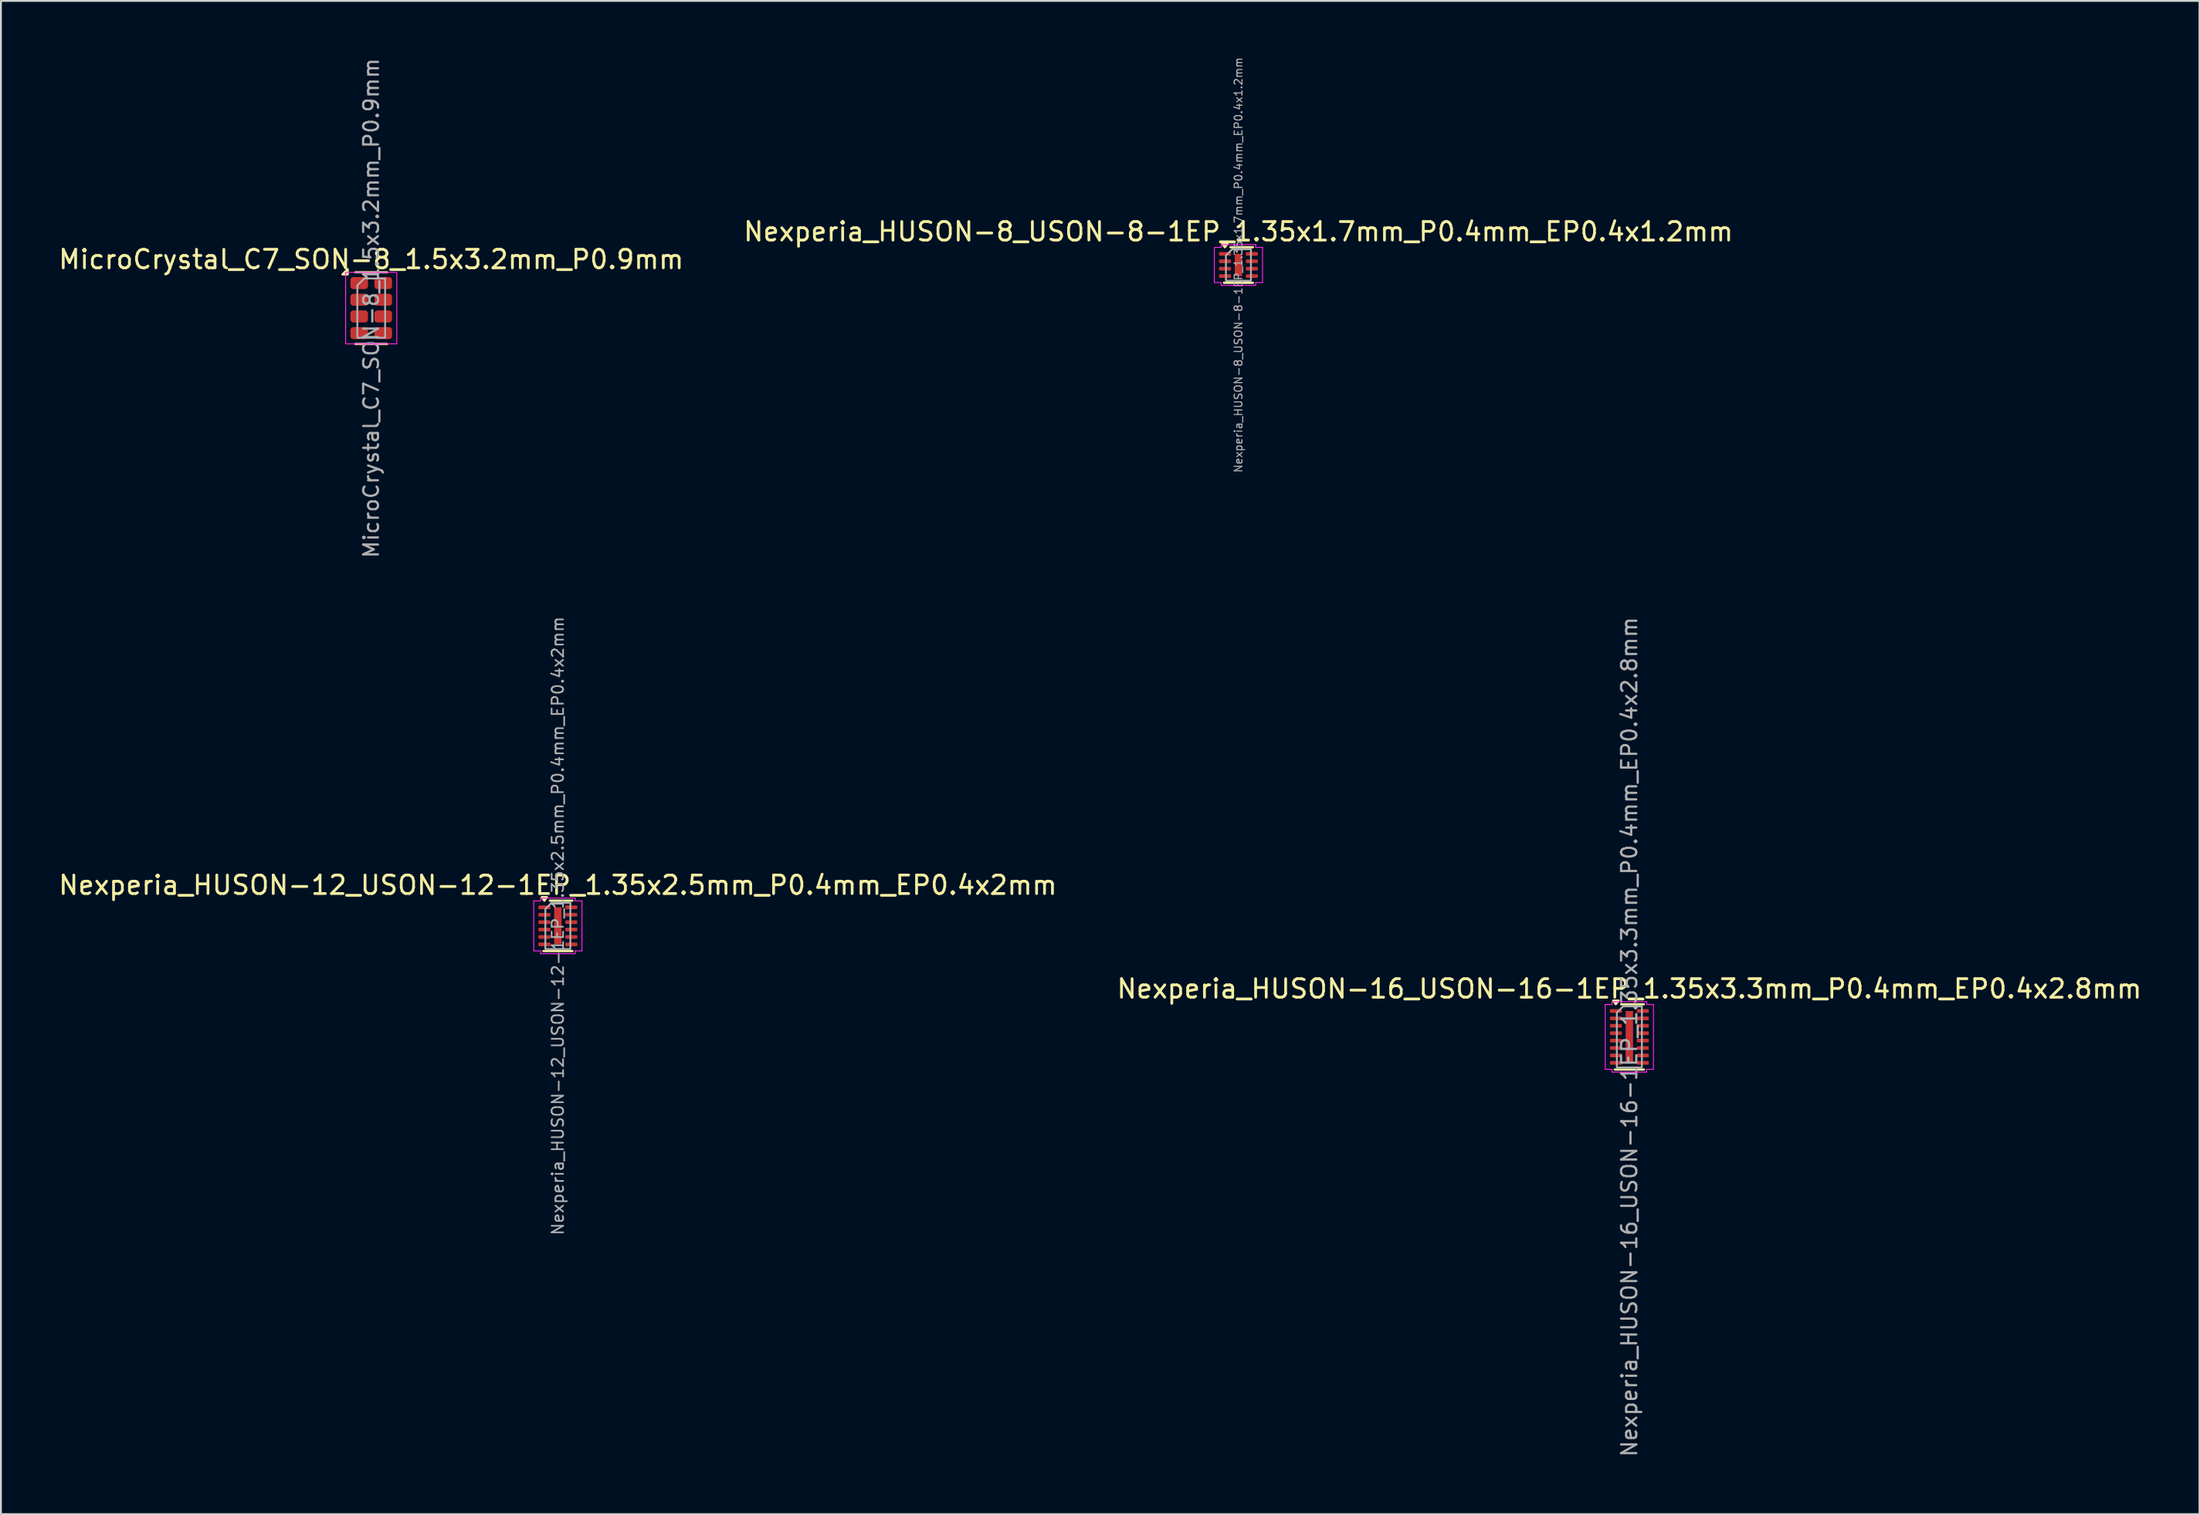
<source format=kicad_pcb>
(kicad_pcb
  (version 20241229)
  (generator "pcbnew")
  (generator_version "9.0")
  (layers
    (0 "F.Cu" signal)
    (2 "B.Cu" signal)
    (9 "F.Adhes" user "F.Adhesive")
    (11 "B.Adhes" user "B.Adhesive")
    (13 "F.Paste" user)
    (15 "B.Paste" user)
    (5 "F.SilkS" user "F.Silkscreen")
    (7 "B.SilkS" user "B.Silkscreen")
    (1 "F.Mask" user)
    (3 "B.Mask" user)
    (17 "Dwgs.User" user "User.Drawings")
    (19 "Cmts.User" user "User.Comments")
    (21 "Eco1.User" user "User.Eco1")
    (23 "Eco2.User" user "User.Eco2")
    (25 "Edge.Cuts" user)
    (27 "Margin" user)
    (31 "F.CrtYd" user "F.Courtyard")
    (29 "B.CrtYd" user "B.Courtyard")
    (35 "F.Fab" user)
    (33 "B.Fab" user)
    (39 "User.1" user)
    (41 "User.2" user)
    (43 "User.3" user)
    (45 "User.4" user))
  (footprint "Nexperia_HUSON-16_USON-16-1EP_1.35x3.3mm_P0.4mm_EP0.4x2.8mm"
    (layer "F.Cu")
    (at 84.875 52.937)
    (property "Reference" "Nexperia_HUSON-16_USON-16-1EP_1.35x3.3mm_P0.4mm_EP0.4x2.8mm" (at 0 -2.6 0) (layer "F.SilkS") (effects (font (size 1 1) (thickness 0.15))))
    (attr smd)
    (fp_line (start -0.439 -1.76) (end 0.785 -1.76) (stroke (width 0.12) (type solid)) (layer "F.SilkS"))
    (fp_line (start 0.785 1.76) (end -0.785 1.76) (stroke (width 0.12) (type solid)) (layer "F.SilkS"))
    (fp_poly (pts (xy -0.73 -1.77) (xy -0.87 -1.96) (xy -0.59 -1.96)) (stroke (width 0.12) (type solid)) (fill yes) (layer "F.SilkS"))
    (fp_line (start -1.3 -1.75) (end -0.93 -1.75) (stroke (width 0.05) (type solid)) (layer "F.CrtYd"))
    (fp_line (start -1.3 1.75) (end -1.3 -1.75) (stroke (width 0.05) (type solid)) (layer "F.CrtYd"))
    (fp_line (start -0.93 -1.9) (end 0.93 -1.9) (stroke (width 0.05) (type solid)) (layer "F.CrtYd"))
    (fp_line (start -0.93 -1.75) (end -0.93 -1.9) (stroke (width 0.05) (type solid)) (layer "F.CrtYd"))
    (fp_line (start -0.93 1.75) (end -1.3 1.75) (stroke (width 0.05) (type solid)) (layer "F.CrtYd"))
    (fp_line (start -0.93 1.9) (end -0.93 1.75) (stroke (width 0.05) (type solid)) (layer "F.CrtYd"))
    (fp_line (start 0.93 -1.9) (end 0.93 -1.75) (stroke (width 0.05) (type solid)) (layer "F.CrtYd"))
    (fp_line (start 0.93 -1.75) (end 1.3 -1.75) (stroke (width 0.05) (type solid)) (layer "F.CrtYd"))
    (fp_line (start 0.93 1.75) (end 0.93 1.9) (stroke (width 0.05) (type solid)) (layer "F.CrtYd"))
    (fp_line (start 0.93 1.9) (end -0.93 1.9) (stroke (width 0.05) (type solid)) (layer "F.CrtYd"))
    (fp_line (start 1.3 -1.75) (end 1.3 1.75) (stroke (width 0.05) (type solid)) (layer "F.CrtYd"))
    (fp_line (start 1.3 1.75) (end 0.93 1.75) (stroke (width 0.05) (type solid)) (layer "F.CrtYd"))
    (fp_poly (pts (xy -0.675 -1.312) (xy -0.675 1.65) (xy 0.675 1.65) (xy 0.675 -1.65) (xy -0.338 -1.65)) (stroke (width 0.1) (type solid)) (fill no) (layer "F.Fab"))
    (fp_text user "${REFERENCE}" (at 0 0 90) (layer "F.Fab") (effects (font (size 0.82 0.82) (thickness 0.12))))
    (pad "" smd roundrect (at 0 0) (size 0.32 2.26) (layers "F.Paste") (roundrect_rratio 0.25))
    (pad "1" smd roundrect (at -0.725 -1.4) (size 0.65 0.2) (layers "F.Cu" "F.Mask" "F.Paste") (roundrect_rratio 0.25))
    (pad "2" smd roundrect (at -0.725 -1) (size 0.65 0.2) (layers "F.Cu" "F.Mask" "F.Paste") (roundrect_rratio 0.25))
    (pad "3" smd roundrect (at -0.725 -0.6) (size 0.65 0.2) (layers "F.Cu" "F.Mask" "F.Paste") (roundrect_rratio 0.25))
    (pad "4" smd roundrect (at -0.725 -0.2) (size 0.65 0.2) (layers "F.Cu" "F.Mask" "F.Paste") (roundrect_rratio 0.25))
    (pad "5" smd roundrect (at -0.725 0.2) (size 0.65 0.2) (layers "F.Cu" "F.Mask" "F.Paste") (roundrect_rratio 0.25))
    (pad "6" smd roundrect (at -0.725 0.6) (size 0.65 0.2) (layers "F.Cu" "F.Mask" "F.Paste") (roundrect_rratio 0.25))
    (pad "7" smd roundrect (at -0.725 1) (size 0.65 0.2) (layers "F.Cu" "F.Mask" "F.Paste") (roundrect_rratio 0.25))
    (pad "8" smd roundrect (at -0.725 1.4) (size 0.65 0.2) (layers "F.Cu" "F.Mask" "F.Paste") (roundrect_rratio 0.25))
    (pad "9" smd roundrect (at 0.725 1.4) (size 0.65 0.2) (layers "F.Cu" "F.Mask" "F.Paste") (roundrect_rratio 0.25))
    (pad "10" smd roundrect (at 0.725 1) (size 0.65 0.2) (layers "F.Cu" "F.Mask" "F.Paste") (roundrect_rratio 0.25))
    (pad "11" smd roundrect (at 0.725 0.6) (size 0.65 0.2) (layers "F.Cu" "F.Mask" "F.Paste") (roundrect_rratio 0.25))
    (pad "12" smd roundrect (at 0.725 0.2) (size 0.65 0.2) (layers "F.Cu" "F.Mask" "F.Paste") (roundrect_rratio 0.25))
    (pad "13" smd roundrect (at 0.725 -0.2) (size 0.65 0.2) (layers "F.Cu" "F.Mask" "F.Paste") (roundrect_rratio 0.25))
    (pad "14" smd roundrect (at 0.725 -0.6) (size 0.65 0.2) (layers "F.Cu" "F.Mask" "F.Paste") (roundrect_rratio 0.25))
    (pad "15" smd roundrect (at 0.725 -1) (size 0.65 0.2) (layers "F.Cu" "F.Mask" "F.Paste") (roundrect_rratio 0.25))
    (pad "16" smd roundrect (at 0.725 -1.4) (size 0.65 0.2) (layers "F.Cu" "F.Mask" "F.Paste") (roundrect_rratio 0.25))
    (pad "17" smd rect (at 0 0) (size 0.4 2.8) (property pad_prop_heatsink) (layers "F.Cu" "F.Mask")))
  (footprint "Nexperia_HUSON-12_USON-12-1EP_1.35x2.5mm_P0.4mm_EP0.4x2mm"
    (layer "F.Cu")
    (at 27.054 46.94)
    (property "Reference" "Nexperia_HUSON-12_USON-12-1EP_1.35x2.5mm_P0.4mm_EP0.4x2mm" (at 0 -2.2 0) (layer "F.SilkS") (effects (font (size 1 1) (thickness 0.15))))
    (attr smd)
    (fp_line (start -0.432 -1.36) (end 0.785 -1.36) (stroke (width 0.12) (type solid)) (layer "F.SilkS"))
    (fp_line (start 0.785 1.36) (end -0.785 1.36) (stroke (width 0.12) (type solid)) (layer "F.SilkS"))
    (fp_poly (pts (xy -0.73 -1.36) (xy -0.87 -1.55) (xy -0.59 -1.55)) (stroke (width 0.12) (type solid)) (fill yes) (layer "F.SilkS"))
    (fp_line (start -1.3 -1.35) (end -0.93 -1.35) (stroke (width 0.05) (type solid)) (layer "F.CrtYd"))
    (fp_line (start -1.3 1.35) (end -1.3 -1.35) (stroke (width 0.05) (type solid)) (layer "F.CrtYd"))
    (fp_line (start -0.93 -1.5) (end 0.93 -1.5) (stroke (width 0.05) (type solid)) (layer "F.CrtYd"))
    (fp_line (start -0.93 -1.35) (end -0.93 -1.5) (stroke (width 0.05) (type solid)) (layer "F.CrtYd"))
    (fp_line (start -0.93 1.35) (end -1.3 1.35) (stroke (width 0.05) (type solid)) (layer "F.CrtYd"))
    (fp_line (start -0.93 1.5) (end -0.93 1.35) (stroke (width 0.05) (type solid)) (layer "F.CrtYd"))
    (fp_line (start 0.93 -1.5) (end 0.93 -1.35) (stroke (width 0.05) (type solid)) (layer "F.CrtYd"))
    (fp_line (start 0.93 -1.35) (end 1.3 -1.35) (stroke (width 0.05) (type solid)) (layer "F.CrtYd"))
    (fp_line (start 0.93 1.35) (end 0.93 1.5) (stroke (width 0.05) (type solid)) (layer "F.CrtYd"))
    (fp_line (start 0.93 1.5) (end -0.93 1.5) (stroke (width 0.05) (type solid)) (layer "F.CrtYd"))
    (fp_line (start 1.3 -1.35) (end 1.3 1.35) (stroke (width 0.05) (type solid)) (layer "F.CrtYd"))
    (fp_line (start 1.3 1.35) (end 0.93 1.35) (stroke (width 0.05) (type solid)) (layer "F.CrtYd"))
    (fp_poly (pts (xy -0.675 -0.912) (xy -0.675 1.25) (xy 0.675 1.25) (xy 0.675 -1.25) (xy -0.338 -1.25)) (stroke (width 0.1) (type solid)) (fill no) (layer "F.Fab"))
    (fp_text user "${REFERENCE}" (at 0 0 90) (layer "F.Fab") (effects (font (size 0.62 0.62) (thickness 0.09))))
    (pad "" smd roundrect (at 0 0) (size 0.32 1.61) (layers "F.Paste") (roundrect_rratio 0.25))
    (pad "1" smd roundrect (at -0.725 -1) (size 0.65 0.2) (layers "F.Cu" "F.Mask" "F.Paste") (roundrect_rratio 0.25))
    (pad "2" smd roundrect (at -0.725 -0.6) (size 0.65 0.2) (layers "F.Cu" "F.Mask" "F.Paste") (roundrect_rratio 0.25))
    (pad "3" smd roundrect (at -0.725 -0.2) (size 0.65 0.2) (layers "F.Cu" "F.Mask" "F.Paste") (roundrect_rratio 0.25))
    (pad "4" smd roundrect (at -0.725 0.2) (size 0.65 0.2) (layers "F.Cu" "F.Mask" "F.Paste") (roundrect_rratio 0.25))
    (pad "5" smd roundrect (at -0.725 0.6) (size 0.65 0.2) (layers "F.Cu" "F.Mask" "F.Paste") (roundrect_rratio 0.25))
    (pad "6" smd roundrect (at -0.725 1) (size 0.65 0.2) (layers "F.Cu" "F.Mask" "F.Paste") (roundrect_rratio 0.25))
    (pad "7" smd roundrect (at 0.725 1) (size 0.65 0.2) (layers "F.Cu" "F.Mask" "F.Paste") (roundrect_rratio 0.25))
    (pad "8" smd roundrect (at 0.725 0.6) (size 0.65 0.2) (layers "F.Cu" "F.Mask" "F.Paste") (roundrect_rratio 0.25))
    (pad "9" smd roundrect (at 0.725 0.2) (size 0.65 0.2) (layers "F.Cu" "F.Mask" "F.Paste") (roundrect_rratio 0.25))
    (pad "10" smd roundrect (at 0.725 -0.2) (size 0.65 0.2) (layers "F.Cu" "F.Mask" "F.Paste") (roundrect_rratio 0.25))
    (pad "11" smd roundrect (at 0.725 -0.6) (size 0.65 0.2) (layers "F.Cu" "F.Mask" "F.Paste") (roundrect_rratio 0.25))
    (pad "12" smd roundrect (at 0.725 -1) (size 0.65 0.2) (layers "F.Cu" "F.Mask" "F.Paste") (roundrect_rratio 0.25))
    (pad "13" smd rect (at 0 0) (size 0.4 2) (property pad_prop_heatsink) (layers "F.Cu" "F.Mask")))
  (footprint "MicroCrystal_C7_SON-8_1.5x3.2mm_P0.9mm"
    (layer "F.Cu")
    (at 16.982 13.586)
    (property "Reference" "MicroCrystal_C7_SON-8_1.5x3.2mm_P0.9mm" (at 0 -2.63 0) (layer "F.SilkS") (effects (font (size 1 1) (thickness 0.15))))
    (attr smd)
    (fp_line (start -0.86 -1.935) (end 0.86 -1.935) (stroke (width 0.12) (type solid)) (layer "F.SilkS"))
    (fp_line (start 0.86 1.935) (end -0.86 1.935) (stroke (width 0.12) (type solid)) (layer "F.SilkS"))
    (fp_poly (pts (xy -1.27 -1.82) (xy -1.55 -1.82) (xy -1.27 -2.1)) (stroke (width 0.12) (type solid)) (fill yes) (layer "F.SilkS"))
    (fp_rect (start -1.38 -1.93) (end 1.38 1.93) (stroke (width 0.05) (type solid)) (fill no) (layer "F.CrtYd"))
    (fp_poly (pts (xy -0.75 -1.225) (xy -0.75 1.6) (xy 0.75 1.6) (xy 0.75 -1.6) (xy -0.375 -1.6)) (stroke (width 0.1) (type solid)) (fill no) (layer "F.Fab"))
    (fp_text user "${REFERENCE}" (at 0 0 90) (layer "F.Fab") (effects (font (size 0.8 0.8) (thickness 0.12))))
    (pad "1" smd roundrect (at -0.65 -1.35) (size 0.95 0.65) (layers "F.Cu" "F.Mask" "F.Paste") (roundrect_rratio 0.25))
    (pad "2" smd roundrect (at -0.65 -0.45) (size 0.95 0.65) (layers "F.Cu" "F.Mask" "F.Paste") (roundrect_rratio 0.25))
    (pad "3" smd roundrect (at -0.65 0.45) (size 0.95 0.65) (layers "F.Cu" "F.Mask" "F.Paste") (roundrect_rratio 0.25))
    (pad "4" smd roundrect (at -0.65 1.35) (size 0.95 0.65) (layers "F.Cu" "F.Mask" "F.Paste") (roundrect_rratio 0.25))
    (pad "5" smd roundrect (at 0.65 1.35) (size 0.95 0.65) (layers "F.Cu" "F.Mask" "F.Paste") (roundrect_rratio 0.25))
    (pad "6" smd roundrect (at 0.65 0.45) (size 0.95 0.65) (layers "F.Cu" "F.Mask" "F.Paste") (roundrect_rratio 0.25))
    (pad "7" smd roundrect (at 0.65 -0.45) (size 0.95 0.65) (layers "F.Cu" "F.Mask" "F.Paste") (roundrect_rratio 0.25))
    (pad "8" smd roundrect (at 0.65 -1.35) (size 0.95 0.65) (layers "F.Cu" "F.Mask" "F.Paste") (roundrect_rratio 0.25)))
  (footprint "Nexperia_HUSON-8_USON-8-1EP_1.35x1.7mm_P0.4mm_EP0.4x1.2mm"
    (layer "F.Cu")
    (at 63.78 11.258)
    (property "Reference" "Nexperia_HUSON-8_USON-8-1EP_1.35x1.7mm_P0.4mm_EP0.4x1.2mm" (at 0 -1.8 0) (layer "F.SilkS") (effects (font (size 1 1) (thickness 0.15))))
    (attr smd)
    (fp_line (start -0.432 -0.96) (end 0.785 -0.96) (stroke (width 0.12) (type solid)) (layer "F.SilkS"))
    (fp_line (start 0.785 0.96) (end -0.785 0.96) (stroke (width 0.12) (type solid)) (layer "F.SilkS"))
    (fp_poly (pts (xy -0.73 -0.96) (xy -0.87 -1.15) (xy -0.59 -1.15)) (stroke (width 0.12) (type solid)) (fill yes) (layer "F.SilkS"))
    (fp_line (start -1.3 -0.95) (end -0.93 -0.95) (stroke (width 0.05) (type solid)) (layer "F.CrtYd"))
    (fp_line (start -1.3 0.95) (end -1.3 -0.95) (stroke (width 0.05) (type solid)) (layer "F.CrtYd"))
    (fp_line (start -0.93 -1.1) (end 0.93 -1.1) (stroke (width 0.05) (type solid)) (layer "F.CrtYd"))
    (fp_line (start -0.93 -0.95) (end -0.93 -1.1) (stroke (width 0.05) (type solid)) (layer "F.CrtYd"))
    (fp_line (start -0.93 0.95) (end -1.3 0.95) (stroke (width 0.05) (type solid)) (layer "F.CrtYd"))
    (fp_line (start -0.93 1.1) (end -0.93 0.95) (stroke (width 0.05) (type solid)) (layer "F.CrtYd"))
    (fp_line (start 0.93 -1.1) (end 0.93 -0.95) (stroke (width 0.05) (type solid)) (layer "F.CrtYd"))
    (fp_line (start 0.93 -0.95) (end 1.3 -0.95) (stroke (width 0.05) (type solid)) (layer "F.CrtYd"))
    (fp_line (start 0.93 0.95) (end 0.93 1.1) (stroke (width 0.05) (type solid)) (layer "F.CrtYd"))
    (fp_line (start 0.93 1.1) (end -0.93 1.1) (stroke (width 0.05) (type solid)) (layer "F.CrtYd"))
    (fp_line (start 1.3 -0.95) (end 1.3 0.95) (stroke (width 0.05) (type solid)) (layer "F.CrtYd"))
    (fp_line (start 1.3 0.95) (end 0.93 0.95) (stroke (width 0.05) (type solid)) (layer "F.CrtYd"))
    (fp_poly (pts (xy -0.675 -0.512) (xy -0.675 0.85) (xy 0.675 0.85) (xy 0.675 -0.85) (xy -0.338 -0.85)) (stroke (width 0.1) (type solid)) (fill no) (layer "F.Fab"))
    (fp_text user "${REFERENCE}" (at 0 0 90) (layer "F.Fab") (effects (font (size 0.42 0.42) (thickness 0.06))))
    (pad "" smd roundrect (at 0 0) (size 0.32 0.97) (layers "F.Paste") (roundrect_rratio 0.25))
    (pad "1" smd roundrect (at -0.725 -0.6) (size 0.65 0.2) (layers "F.Cu" "F.Mask" "F.Paste") (roundrect_rratio 0.25))
    (pad "2" smd roundrect (at -0.725 -0.2) (size 0.65 0.2) (layers "F.Cu" "F.Mask" "F.Paste") (roundrect_rratio 0.25))
    (pad "3" smd roundrect (at -0.725 0.2) (size 0.65 0.2) (layers "F.Cu" "F.Mask" "F.Paste") (roundrect_rratio 0.25))
    (pad "4" smd roundrect (at -0.725 0.6) (size 0.65 0.2) (layers "F.Cu" "F.Mask" "F.Paste") (roundrect_rratio 0.25))
    (pad "5" smd roundrect (at 0.725 0.6) (size 0.65 0.2) (layers "F.Cu" "F.Mask" "F.Paste") (roundrect_rratio 0.25))
    (pad "6" smd roundrect (at 0.725 0.2) (size 0.65 0.2) (layers "F.Cu" "F.Mask" "F.Paste") (roundrect_rratio 0.25))
    (pad "7" smd roundrect (at 0.725 -0.2) (size 0.65 0.2) (layers "F.Cu" "F.Mask" "F.Paste") (roundrect_rratio 0.25))
    (pad "8" smd roundrect (at 0.725 -0.6) (size 0.65 0.2) (layers "F.Cu" "F.Mask" "F.Paste") (roundrect_rratio 0.25))
    (pad "9" smd rect (at 0 0) (size 0.4 1.2) (property pad_prop_heatsink) (layers "F.Cu" "F.Mask")))
  (gr_rect
    (start -3 -3)
    (end 115.643 78.702)
    (stroke (width 0.1) (type default))
    (fill no)
    (layer "Edge.Cuts")))
</source>
